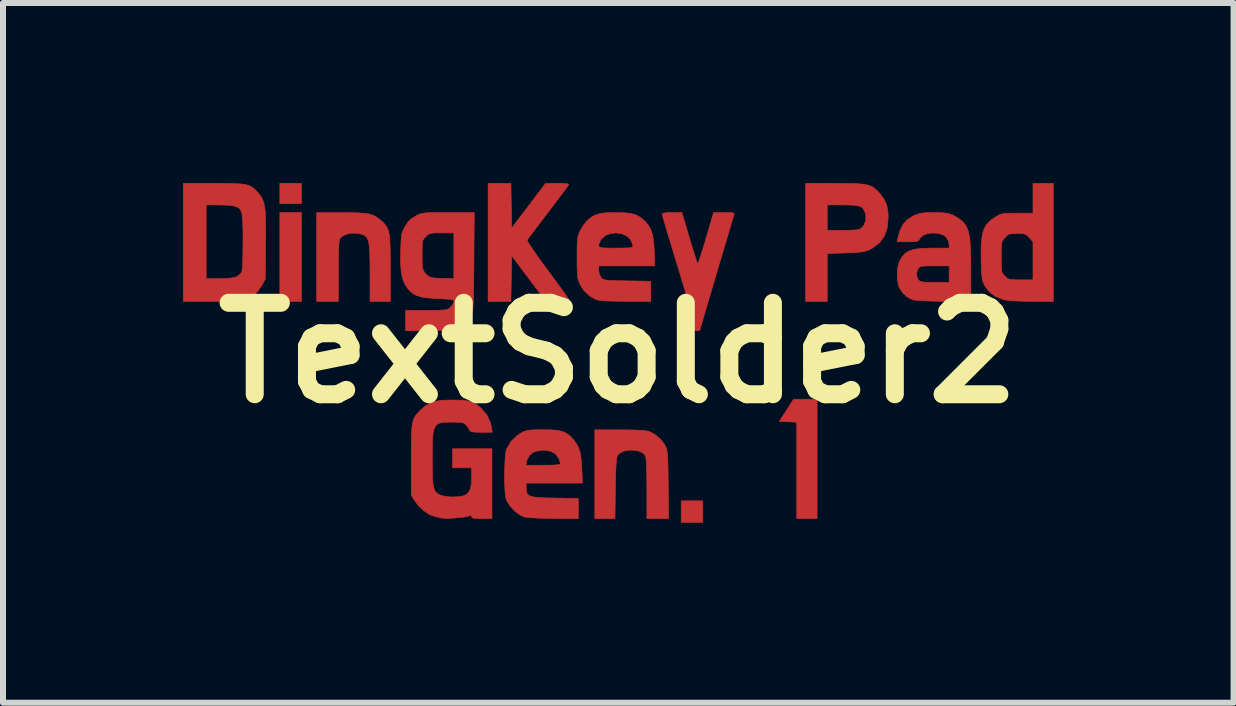
<source format=kicad_pcb>
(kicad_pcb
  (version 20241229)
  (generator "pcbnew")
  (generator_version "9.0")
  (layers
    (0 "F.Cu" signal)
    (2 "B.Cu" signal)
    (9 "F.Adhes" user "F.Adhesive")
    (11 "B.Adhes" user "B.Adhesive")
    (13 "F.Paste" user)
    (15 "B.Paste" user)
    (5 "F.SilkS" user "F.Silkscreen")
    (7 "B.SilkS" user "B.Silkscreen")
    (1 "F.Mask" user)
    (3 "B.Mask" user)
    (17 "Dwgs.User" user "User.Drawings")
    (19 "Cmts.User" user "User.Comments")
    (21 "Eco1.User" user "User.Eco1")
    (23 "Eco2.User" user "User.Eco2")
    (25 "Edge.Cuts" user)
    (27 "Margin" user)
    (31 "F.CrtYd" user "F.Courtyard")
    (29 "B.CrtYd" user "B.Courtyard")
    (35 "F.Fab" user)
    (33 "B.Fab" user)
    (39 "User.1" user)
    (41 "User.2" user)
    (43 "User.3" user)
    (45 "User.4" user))
  (footprint "TextSolder2"
    (layer "F.Cu")
    (at 7.255 2.831)
    (property "Reference" "TextSolder2" (at 0 0 0) (layer "F.SilkS") (effects (font (size 1.524 1.524) (thickness 0.3))))
    (attr through_hole exclude_from_pos_files exclude_from_bom)
    (fp_poly (pts (xy -5.281 -2.487) (xy -5.641 -2.487) (xy -5.641 -2.826) (xy -5.281 -2.826) (xy -5.281 -2.487)) (stroke (width 0.01) (type solid)) (fill yes) (layer "F.Cu"))
    (fp_poly (pts (xy -5.281 -0.857) (xy -5.641 -0.857) (xy -5.641 -2.339) (xy -5.281 -2.339) (xy -5.281 -0.857)) (stroke (width 0.01) (type solid)) (fill yes) (layer "F.Cu"))
    (fp_poly (pts (xy 1.408 2.826) (xy 1.048 2.826) (xy 1.048 2.466) (xy 1.408 2.466) (xy 1.408 2.826)) (stroke (width 0.01) (type solid)) (fill yes) (layer "F.Cu"))
    (fp_poly (pts (xy 3.313 2.762) (xy 2.974 2.762) (xy 2.974 1.155) (xy 2.828 1.149) (xy 2.682 1.143) (xy 2.802 0.958) (xy 2.921 0.773) (xy 3.117 0.773) (xy 3.313 0.773) (xy 3.313 2.762)) (stroke (width 0.01) (type solid)) (fill yes) (layer "F.Cu"))
    (fp_poly (pts (xy 0.161 1.284) (xy 0.29 1.287) (xy 0.396 1.293) (xy 0.471 1.3) (xy 0.502 1.306) (xy 0.604 1.355) (xy 0.7 1.435) (xy 0.774 1.533) (xy 0.778 1.542) (xy 0.793 1.57) (xy 0.804 1.6) (xy 0.812 1.636) (xy 0.818 1.685) (xy 0.823 1.752) (xy 0.826 1.841) (xy 0.829 1.96) (xy 0.831 2.113) (xy 0.832 2.196) (xy 0.839 2.762) (xy 0.476 2.762) (xy 0.476 2.266) (xy 0.475 2.076) (xy 0.472 1.924) (xy 0.466 1.812) (xy 0.459 1.741) (xy 0.452 1.717) (xy 0.408 1.667) (xy 0.337 1.635) (xy 0.25 1.621) (xy 0.159 1.623) (xy 0.075 1.643) (xy 0.009 1.681) (xy -0.016 1.711) (xy -0.026 1.747) (xy -0.034 1.817) (xy -0.041 1.924) (xy -0.046 2.07) (xy -0.049 2.255) (xy -0.049 2.26) (xy -0.056 2.762) (xy -0.392 2.762) (xy -0.392 1.283) (xy 0.016 1.283) (xy 0.161 1.284)) (stroke (width 0.01) (type solid)) (fill yes) (layer "F.Cu"))
    (fp_poly (pts (xy -4.455 -2.336) (xy -4.326 -2.333) (xy -4.226 -2.325) (xy -4.149 -2.313) (xy -4.087 -2.294) (xy -4.036 -2.268) (xy -3.987 -2.232) (xy -3.966 -2.215) (xy -3.919 -2.174) (xy -3.883 -2.134) (xy -3.854 -2.09) (xy -3.833 -2.038) (xy -3.818 -1.971) (xy -3.809 -1.885) (xy -3.803 -1.773) (xy -3.801 -1.631) (xy -3.8 -1.453) (xy -3.8 -1.413) (xy -3.799 -0.857) (xy -4.138 -0.857) (xy -4.138 -1.318) (xy -4.139 -1.496) (xy -4.142 -1.637) (xy -4.148 -1.745) (xy -4.157 -1.825) (xy -4.172 -1.883) (xy -4.192 -1.923) (xy -4.218 -1.95) (xy -4.252 -1.969) (xy -4.255 -1.97) (xy -4.348 -1.994) (xy -4.446 -1.995) (xy -4.536 -1.976) (xy -4.608 -1.939) (xy -4.644 -1.898) (xy -4.652 -1.86) (xy -4.659 -1.783) (xy -4.664 -1.669) (xy -4.666 -1.52) (xy -4.667 -1.356) (xy -4.667 -0.857) (xy -5.027 -0.857) (xy -5.027 -2.337) (xy -4.62 -2.337) (xy -4.455 -2.336)) (stroke (width 0.01) (type solid)) (fill yes) (layer "F.Cu"))
    (fp_poly (pts (xy -1.784 -2.452) (xy -1.778 -2.079) (xy -1.495 -2.452) (xy -1.211 -2.826) (xy -1.012 -2.826) (xy -0.916 -2.824) (xy -0.857 -2.82) (xy -0.83 -2.812) (xy -0.828 -2.799) (xy -0.845 -2.776) (xy -0.883 -2.724) (xy -0.941 -2.647) (xy -1.013 -2.552) (xy -1.096 -2.442) (xy -1.174 -2.339) (xy -1.264 -2.22) (xy -1.346 -2.112) (xy -1.416 -2.02) (xy -1.471 -1.947) (xy -1.507 -1.899) (xy -1.52 -1.881) (xy -1.511 -1.858) (xy -1.48 -1.805) (xy -1.429 -1.728) (xy -1.36 -1.628) (xy -1.276 -1.512) (xy -1.183 -1.385) (xy -1.091 -1.261) (xy -1.007 -1.147) (xy -0.935 -1.048) (xy -0.878 -0.968) (xy -0.839 -0.913) (xy -0.822 -0.886) (xy -0.821 -0.886) (xy -0.824 -0.872) (xy -0.851 -0.864) (xy -0.906 -0.859) (xy -0.998 -0.858) (xy -1.008 -0.858) (xy -1.206 -0.859) (xy -1.492 -1.24) (xy -1.778 -1.62) (xy -1.784 -1.239) (xy -1.79 -0.857) (xy -2.17 -0.857) (xy -2.17 -2.826) (xy -1.79 -2.826) (xy -1.784 -2.452)) (stroke (width 0.01) (type solid)) (fill yes) (layer "F.Cu"))
    (fp_poly (pts (xy 1.183 -1.921) (xy 1.221 -1.794) (xy 1.256 -1.682) (xy 1.285 -1.589) (xy 1.307 -1.523) (xy 1.319 -1.49) (xy 1.321 -1.487) (xy 1.331 -1.502) (xy 1.35 -1.552) (xy 1.377 -1.631) (xy 1.41 -1.734) (xy 1.447 -1.855) (xy 1.461 -1.905) (xy 1.588 -2.339) (xy 1.764 -2.339) (xy 1.854 -2.337) (xy 1.908 -2.332) (xy 1.93 -2.321) (xy 1.931 -2.312) (xy 1.923 -2.287) (xy 1.905 -2.226) (xy 1.877 -2.132) (xy 1.84 -2.01) (xy 1.797 -1.863) (xy 1.747 -1.697) (xy 1.693 -1.514) (xy 1.638 -1.329) (xy 1.355 -0.371) (xy 1.191 -0.371) (xy 1.095 -0.373) (xy 1.041 -0.382) (xy 1.027 -0.395) (xy 1.032 -0.424) (xy 1.047 -0.485) (xy 1.068 -0.568) (xy 1.092 -0.654) (xy 1.157 -0.889) (xy 0.944 -1.592) (xy 0.894 -1.757) (xy 0.848 -1.91) (xy 0.807 -2.045) (xy 0.774 -2.158) (xy 0.749 -2.245) (xy 0.734 -2.299) (xy 0.73 -2.317) (xy 0.75 -2.328) (xy 0.807 -2.336) (xy 0.894 -2.339) (xy 1.06 -2.339) (xy 1.183 -1.921)) (stroke (width 0.01) (type solid)) (fill yes) (layer "F.Cu"))
    (fp_poly (pts (xy 3.614 -2.825) (xy 3.79 -2.825) (xy 3.929 -2.822) (xy 4.038 -2.816) (xy 4.122 -2.805) (xy 4.188 -2.788) (xy 4.241 -2.763) (xy 4.286 -2.729) (xy 4.331 -2.685) (xy 4.363 -2.65) (xy 4.432 -2.556) (xy 4.475 -2.456) (xy 4.495 -2.338) (xy 4.498 -2.249) (xy 4.482 -2.084) (xy 4.433 -1.945) (xy 4.351 -1.833) (xy 4.237 -1.748) (xy 4.209 -1.733) (xy 4.159 -1.71) (xy 4.111 -1.694) (xy 4.056 -1.683) (xy 3.985 -1.675) (xy 3.888 -1.67) (xy 3.788 -1.666) (xy 3.482 -1.656) (xy 3.482 -0.857) (xy 3.122 -0.857) (xy 3.122 -2.466) (xy 3.482 -2.466) (xy 3.482 -2.043) (xy 3.742 -2.043) (xy 3.863 -2.044) (xy 3.949 -2.049) (xy 4.007 -2.058) (xy 4.042 -2.071) (xy 4.047 -2.074) (xy 4.098 -2.134) (xy 4.125 -2.215) (xy 4.124 -2.303) (xy 4.117 -2.328) (xy 4.095 -2.381) (xy 4.067 -2.419) (xy 4.023 -2.443) (xy 3.959 -2.458) (xy 3.866 -2.464) (xy 3.742 -2.466) (xy 3.482 -2.466) (xy 3.122 -2.466) (xy 3.122 -2.826) (xy 3.614 -2.825)) (stroke (width 0.01) (type solid)) (fill yes) (layer "F.Cu"))
    (fp_poly (pts (xy -6.565 -2.825) (xy -6.425 -2.823) (xy -6.317 -2.818) (xy -6.233 -2.808) (xy -6.169 -2.793) (xy -6.119 -2.772) (xy -6.077 -2.742) (xy -6.036 -2.703) (xy -6.006 -2.67) (xy -5.969 -2.624) (xy -5.939 -2.578) (xy -5.916 -2.525) (xy -5.899 -2.462) (xy -5.887 -2.382) (xy -5.88 -2.281) (xy -5.877 -2.153) (xy -5.876 -1.992) (xy -5.878 -1.806) (xy -5.884 -1.228) (xy -5.945 -1.117) (xy -6.028 -1.006) (xy -6.133 -0.923) (xy -6.248 -0.877) (xy -6.293 -0.871) (xy -6.373 -0.866) (xy -6.48 -0.862) (xy -6.606 -0.859) (xy -6.745 -0.858) (xy -6.789 -0.858) (xy -7.25 -0.857) (xy -7.25 -2.466) (xy -6.869 -2.466) (xy -6.869 -1.238) (xy -6.645 -1.238) (xy -6.52 -1.241) (xy -6.43 -1.25) (xy -6.371 -1.265) (xy -6.36 -1.27) (xy -6.31 -1.305) (xy -6.277 -1.343) (xy -6.269 -1.378) (xy -6.263 -1.45) (xy -6.259 -1.555) (xy -6.256 -1.688) (xy -6.255 -1.844) (xy -6.255 -1.851) (xy -6.255 -2.018) (xy -6.258 -2.148) (xy -6.263 -2.245) (xy -6.272 -2.316) (xy -6.287 -2.366) (xy -6.308 -2.399) (xy -6.336 -2.422) (xy -6.373 -2.439) (xy -6.386 -2.443) (xy -6.436 -2.453) (xy -6.515 -2.461) (xy -6.609 -2.465) (xy -6.66 -2.466) (xy -6.869 -2.466) (xy -7.25 -2.466) (xy -7.25 -2.826) (xy -6.741 -2.826) (xy -6.565 -2.825)) (stroke (width 0.01) (type solid)) (fill yes) (layer "F.Cu"))
    (fp_poly (pts (xy 7.25 -0.857) (xy 6.884 -0.859) (xy 6.731 -0.861) (xy 6.599 -0.867) (xy 6.495 -0.875) (xy 6.426 -0.885) (xy 6.42 -0.887) (xy 6.282 -0.942) (xy 6.175 -1.024) (xy 6.104 -1.126) (xy 6.084 -1.169) (xy 6.07 -1.213) (xy 6.061 -1.265) (xy 6.054 -1.334) (xy 6.05 -1.429) (xy 6.047 -1.558) (xy 6.047 -1.559) (xy 6.047 -1.596) (xy 6.382 -1.596) (xy 6.382 -1.488) (xy 6.384 -1.414) (xy 6.39 -1.365) (xy 6.4 -1.332) (xy 6.418 -1.306) (xy 6.444 -1.279) (xy 6.474 -1.25) (xy 6.504 -1.232) (xy 6.543 -1.222) (xy 6.603 -1.218) (xy 6.692 -1.217) (xy 6.708 -1.217) (xy 6.911 -1.217) (xy 6.911 -1.851) (xy 6.849 -1.921) (xy 6.813 -1.958) (xy 6.778 -1.979) (xy 6.732 -1.988) (xy 6.659 -1.99) (xy 6.646 -1.99) (xy 6.569 -1.988) (xy 6.52 -1.98) (xy 6.484 -1.961) (xy 6.449 -1.927) (xy 6.444 -1.921) (xy 6.418 -1.89) (xy 6.4 -1.861) (xy 6.389 -1.826) (xy 6.384 -1.774) (xy 6.382 -1.698) (xy 6.382 -1.596) (xy 6.047 -1.596) (xy 6.046 -1.736) (xy 6.054 -1.877) (xy 6.071 -1.989) (xy 6.101 -2.077) (xy 6.145 -2.149) (xy 6.206 -2.209) (xy 6.285 -2.264) (xy 6.331 -2.291) (xy 6.37 -2.309) (xy 6.413 -2.32) (xy 6.471 -2.326) (xy 6.552 -2.328) (xy 6.65 -2.328) (xy 6.911 -2.328) (xy 6.911 -2.826) (xy 7.25 -2.826) (xy 7.25 -0.857)) (stroke (width 0.01) (type solid)) (fill yes) (layer "F.Cu"))
    (fp_poly (pts (xy -1.111 1.283) (xy -1.005 1.293) (xy -0.923 1.313) (xy -0.857 1.345) (xy -0.798 1.393) (xy -0.755 1.439) (xy -0.701 1.507) (xy -0.663 1.578) (xy -0.637 1.66) (xy -0.62 1.764) (xy -0.61 1.9) (xy -0.609 1.921) (xy -0.597 2.17) (xy -1.535 2.17) (xy -1.535 2.251) (xy -1.532 2.303) (xy -1.521 2.342) (xy -1.497 2.371) (xy -1.455 2.391) (xy -1.389 2.405) (xy -1.294 2.413) (xy -1.165 2.418) (xy -1.056 2.42) (xy -0.667 2.427) (xy -0.667 2.762) (xy -1.074 2.76) (xy -1.207 2.758) (xy -1.332 2.754) (xy -1.438 2.749) (xy -1.519 2.743) (xy -1.565 2.736) (xy -1.643 2.699) (xy -1.726 2.636) (xy -1.8 2.557) (xy -1.854 2.475) (xy -1.871 2.432) (xy -1.882 2.369) (xy -1.89 2.277) (xy -1.894 2.164) (xy -1.895 2.041) (xy -1.893 1.917) (xy -1.891 1.873) (xy -1.54 1.873) (xy -1.251 1.873) (xy -1.125 1.872) (xy -1.032 1.867) (xy -0.978 1.86) (xy -0.963 1.851) (xy -0.971 1.819) (xy -0.989 1.767) (xy -0.994 1.755) (xy -1.046 1.684) (xy -1.128 1.639) (xy -1.239 1.622) (xy -1.297 1.624) (xy -1.403 1.648) (xy -1.477 1.7) (xy -1.52 1.781) (xy -1.526 1.804) (xy -1.54 1.873) (xy -1.891 1.873) (xy -1.889 1.801) (xy -1.881 1.703) (xy -1.871 1.633) (xy -1.864 1.608) (xy -1.787 1.476) (xy -1.68 1.374) (xy -1.622 1.337) (xy -1.576 1.313) (xy -1.533 1.297) (xy -1.484 1.288) (xy -1.419 1.283) (xy -1.328 1.281) (xy -1.25 1.281) (xy -1.111 1.283)) (stroke (width 0.01) (type solid)) (fill yes) (layer "F.Cu"))
    (fp_poly (pts (xy 0.103 -2.335) (xy 0.211 -2.323) (xy 0.296 -2.299) (xy 0.366 -2.261) (xy 0.43 -2.207) (xy 0.449 -2.188) (xy 0.505 -2.121) (xy 0.545 -2.048) (xy 0.572 -1.962) (xy 0.589 -1.853) (xy 0.598 -1.712) (xy 0.599 -1.699) (xy 0.608 -1.45) (xy -0.328 -1.45) (xy -0.328 -1.378) (xy -0.316 -1.312) (xy -0.288 -1.256) (xy -0.272 -1.239) (xy -0.253 -1.226) (xy -0.226 -1.217) (xy -0.182 -1.21) (xy -0.117 -1.206) (xy -0.024 -1.203) (xy 0.103 -1.201) (xy 0.146 -1.2) (xy 0.54 -1.193) (xy 0.54 -0.857) (xy 0.122 -0.859) (xy -0.046 -0.861) (xy -0.183 -0.865) (xy -0.286 -0.872) (xy -0.351 -0.882) (xy -0.365 -0.886) (xy -0.479 -0.948) (xy -0.575 -1.041) (xy -0.637 -1.14) (xy -0.656 -1.185) (xy -0.67 -1.227) (xy -0.679 -1.276) (xy -0.684 -1.341) (xy -0.687 -1.428) (xy -0.687 -1.548) (xy -0.688 -1.587) (xy -0.687 -1.717) (xy -0.686 -1.791) (xy -0.329 -1.791) (xy -0.32 -1.768) (xy -0.286 -1.755) (xy -0.223 -1.748) (xy -0.125 -1.746) (xy -0.042 -1.746) (xy 0.073 -1.747) (xy 0.153 -1.749) (xy 0.203 -1.753) (xy 0.23 -1.761) (xy 0.242 -1.772) (xy 0.243 -1.783) (xy 0.233 -1.825) (xy 0.207 -1.88) (xy 0.202 -1.888) (xy 0.143 -1.949) (xy 0.06 -1.985) (xy -0.035 -1.999) (xy -0.13 -1.989) (xy -0.216 -1.956) (xy -0.28 -1.9) (xy -0.295 -1.876) (xy -0.319 -1.826) (xy -0.329 -1.791) (xy -0.686 -1.791) (xy -0.685 -1.813) (xy -0.681 -1.882) (xy -0.673 -1.934) (xy -0.661 -1.977) (xy -0.643 -2.02) (xy -0.637 -2.032) (xy -0.594 -2.108) (xy -0.54 -2.179) (xy -0.516 -2.206) (xy -0.452 -2.259) (xy -0.387 -2.297) (xy -0.31 -2.321) (xy -0.213 -2.334) (xy -0.086 -2.338) (xy -0.038 -2.338) (xy 0.103 -2.335)) (stroke (width 0.01) (type solid)) (fill yes) (layer "F.Cu"))
    (fp_poly (pts (xy 5.368 -2.337) (xy 5.447 -2.331) (xy 5.507 -2.32) (xy 5.563 -2.301) (xy 5.589 -2.289) (xy 5.662 -2.247) (xy 5.728 -2.197) (xy 5.752 -2.172) (xy 5.788 -2.125) (xy 5.815 -2.074) (xy 5.837 -2.014) (xy 5.852 -1.939) (xy 5.863 -1.844) (xy 5.869 -1.722) (xy 5.873 -1.57) (xy 5.874 -1.381) (xy 5.874 -1.372) (xy 5.874 -0.857) (xy 5.435 -0.859) (xy 5.297 -0.861) (xy 5.169 -0.865) (xy 5.058 -0.869) (xy 4.972 -0.875) (xy 4.92 -0.882) (xy 4.914 -0.883) (xy 4.825 -0.925) (xy 4.745 -0.996) (xy 4.686 -1.082) (xy 4.668 -1.127) (xy 4.65 -1.239) (xy 4.649 -1.326) (xy 4.969 -1.326) (xy 4.974 -1.286) (xy 4.987 -1.24) (xy 5.007 -1.209) (xy 5.04 -1.19) (xy 5.093 -1.179) (xy 5.175 -1.175) (xy 5.273 -1.175) (xy 5.514 -1.175) (xy 5.514 -1.45) (xy 5.271 -1.45) (xy 5.166 -1.45) (xy 5.096 -1.447) (xy 5.051 -1.441) (xy 5.023 -1.431) (xy 5.005 -1.413) (xy 4.993 -1.397) (xy 4.969 -1.326) (xy 4.649 -1.326) (xy 4.649 -1.359) (xy 4.667 -1.47) (xy 4.686 -1.524) (xy 4.729 -1.602) (xy 4.781 -1.659) (xy 4.849 -1.7) (xy 4.939 -1.727) (xy 5.056 -1.741) (xy 5.209 -1.746) (xy 5.238 -1.746) (xy 5.514 -1.746) (xy 5.514 -1.809) (xy 5.5 -1.869) (xy 5.465 -1.927) (xy 5.465 -1.928) (xy 5.406 -1.97) (xy 5.325 -1.993) (xy 5.235 -1.998) (xy 5.147 -1.986) (xy 5.074 -1.956) (xy 5.026 -1.91) (xy 5.022 -1.903) (xy 5.008 -1.878) (xy 4.987 -1.863) (xy 4.949 -1.855) (xy 4.885 -1.852) (xy 4.822 -1.852) (xy 4.645 -1.852) (xy 4.658 -1.91) (xy 4.696 -2.044) (xy 4.748 -2.144) (xy 4.818 -2.22) (xy 4.913 -2.28) (xy 4.931 -2.289) (xy 4.988 -2.312) (xy 5.045 -2.327) (xy 5.114 -2.335) (xy 5.207 -2.338) (xy 5.26 -2.339) (xy 5.368 -2.337)) (stroke (width 0.01) (type solid)) (fill yes) (layer "F.Cu"))
    (fp_poly (pts (xy -2.638 0.788) (xy -2.536 0.797) (xy -2.456 0.815) (xy -2.389 0.846) (xy -2.324 0.891) (xy -2.289 0.921) (xy -2.192 1.033) (xy -2.131 1.166) (xy -2.115 1.236) (xy -2.101 1.323) (xy -2.284 1.323) (xy -2.375 1.322) (xy -2.432 1.317) (xy -2.463 1.307) (xy -2.478 1.291) (xy -2.48 1.286) (xy -2.504 1.243) (xy -2.536 1.201) (xy -2.561 1.178) (xy -2.593 1.164) (xy -2.64 1.157) (xy -2.715 1.154) (xy -2.767 1.154) (xy -2.864 1.155) (xy -2.939 1.161) (xy -2.997 1.178) (xy -3.039 1.209) (xy -3.068 1.259) (xy -3.086 1.332) (xy -3.096 1.434) (xy -3.1 1.568) (xy -3.101 1.739) (xy -3.101 1.767) (xy -3.1 1.935) (xy -3.097 2.066) (xy -3.091 2.165) (xy -3.079 2.238) (xy -3.062 2.29) (xy -3.038 2.326) (xy -3.005 2.352) (xy -2.963 2.372) (xy -2.963 2.372) (xy -2.89 2.391) (xy -2.796 2.401) (xy -2.697 2.4) (xy -2.61 2.39) (xy -2.554 2.372) (xy -2.502 2.333) (xy -2.468 2.274) (xy -2.45 2.189) (xy -2.445 2.073) (xy -2.445 1.916) (xy -2.762 1.916) (xy -2.762 1.598) (xy -2.106 1.598) (xy -2.106 2.762) (xy -2.275 2.762) (xy -2.363 2.761) (xy -2.415 2.755) (xy -2.44 2.744) (xy -2.445 2.731) (xy -2.452 2.711) (xy -2.482 2.714) (xy -2.503 2.722) (xy -2.547 2.732) (xy -2.619 2.742) (xy -2.705 2.75) (xy -2.792 2.756) (xy -2.87 2.758) (xy -2.925 2.756) (xy -2.942 2.753) (xy -2.976 2.744) (xy -3.031 2.733) (xy -3.04 2.732) (xy -3.138 2.698) (xy -3.239 2.633) (xy -3.331 2.547) (xy -3.38 2.481) (xy -3.45 2.372) (xy -3.45 1.779) (xy -3.45 1.592) (xy -3.449 1.443) (xy -3.445 1.325) (xy -3.439 1.233) (xy -3.428 1.163) (xy -3.412 1.108) (xy -3.39 1.063) (xy -3.362 1.023) (xy -3.325 0.983) (xy -3.298 0.956) (xy -3.222 0.888) (xy -3.144 0.84) (xy -3.055 0.809) (xy -2.947 0.792) (xy -2.808 0.786) (xy -2.773 0.786) (xy -2.638 0.788)) (stroke (width 0.01) (type solid)) (fill yes) (layer "F.Cu"))
    (fp_poly (pts (xy -2.407 -1.519) (xy -2.408 -1.311) (xy -2.41 -1.14) (xy -2.412 -1.004) (xy -2.414 -0.896) (xy -2.418 -0.814) (xy -2.422 -0.752) (xy -2.427 -0.706) (xy -2.434 -0.672) (xy -2.443 -0.646) (xy -2.454 -0.623) (xy -2.46 -0.611) (xy -2.536 -0.504) (xy -2.634 -0.427) (xy -2.715 -0.393) (xy -2.762 -0.385) (xy -2.843 -0.379) (xy -2.948 -0.374) (xy -3.069 -0.371) (xy -3.17 -0.371) (xy -3.545 -0.37) (xy -3.545 -0.709) (xy -3.199 -0.709) (xy -3.071 -0.709) (xy -2.977 -0.711) (xy -2.912 -0.714) (xy -2.868 -0.72) (xy -2.838 -0.73) (xy -2.816 -0.745) (xy -2.797 -0.761) (xy -2.759 -0.807) (xy -2.741 -0.849) (xy -2.741 -0.853) (xy -2.744 -0.87) (xy -2.758 -0.882) (xy -2.79 -0.89) (xy -2.847 -0.896) (xy -2.934 -0.901) (xy -3.012 -0.904) (xy -3.161 -0.914) (xy -3.276 -0.93) (xy -3.364 -0.957) (xy -3.433 -0.996) (xy -3.491 -1.051) (xy -3.523 -1.092) (xy -3.566 -1.163) (xy -3.597 -1.244) (xy -3.617 -1.342) (xy -3.627 -1.465) (xy -3.629 -1.619) (xy -3.628 -1.633) (xy -3.27 -1.633) (xy -3.27 -1.527) (xy -3.267 -1.454) (xy -3.26 -1.405) (xy -3.248 -1.37) (xy -3.229 -1.341) (xy -3.217 -1.326) (xy -3.184 -1.291) (xy -3.149 -1.267) (xy -3.102 -1.253) (xy -3.035 -1.245) (xy -2.938 -1.242) (xy -2.905 -1.241) (xy -2.741 -1.238) (xy -2.741 -2) (xy -2.944 -2) (xy -3.039 -2) (xy -3.101 -1.996) (xy -3.143 -1.987) (xy -3.173 -1.97) (xy -3.203 -1.943) (xy -3.208 -1.938) (xy -3.235 -1.91) (xy -3.253 -1.884) (xy -3.263 -1.849) (xy -3.268 -1.798) (xy -3.27 -1.72) (xy -3.27 -1.633) (xy -3.628 -1.633) (xy -3.627 -1.695) (xy -3.623 -1.813) (xy -3.619 -1.899) (xy -3.612 -1.961) (xy -3.6 -2.008) (xy -3.583 -2.051) (xy -3.558 -2.097) (xy -3.553 -2.106) (xy -3.501 -2.186) (xy -3.443 -2.241) (xy -3.377 -2.281) (xy -3.338 -2.3) (xy -3.304 -2.315) (xy -3.266 -2.325) (xy -3.219 -2.332) (xy -3.156 -2.336) (xy -3.069 -2.338) (xy -2.952 -2.339) (xy -2.833 -2.339) (xy -2.401 -2.339) (xy -2.407 -1.519)) (stroke (width 0.01) (type solid)) (fill yes) (layer "F.Cu"))
    (fp_poly (pts (xy -5.281 -2.487) (xy -5.641 -2.487) (xy -5.641 -2.826) (xy -5.281 -2.826) (xy -5.281 -2.487)) (stroke (width 0.01) (type solid)) (fill yes) (layer "F.Mask"))
    (fp_poly (pts (xy -5.281 -0.857) (xy -5.641 -0.857) (xy -5.641 -2.339) (xy -5.281 -2.339) (xy -5.281 -0.857)) (stroke (width 0.01) (type solid)) (fill yes) (layer "F.Mask"))
    (fp_poly (pts (xy 1.408 2.826) (xy 1.048 2.826) (xy 1.048 2.466) (xy 1.408 2.466) (xy 1.408 2.826)) (stroke (width 0.01) (type solid)) (fill yes) (layer "F.Mask"))
    (fp_poly (pts (xy 3.313 2.762) (xy 2.974 2.762) (xy 2.974 1.155) (xy 2.828 1.149) (xy 2.682 1.143) (xy 2.802 0.958) (xy 2.921 0.773) (xy 3.117 0.773) (xy 3.313 0.773) (xy 3.313 2.762)) (stroke (width 0.01) (type solid)) (fill yes) (layer "F.Mask"))
    (fp_poly (pts (xy 0.161 1.284) (xy 0.29 1.287) (xy 0.396 1.293) (xy 0.471 1.3) (xy 0.502 1.306) (xy 0.604 1.355) (xy 0.7 1.435) (xy 0.774 1.533) (xy 0.778 1.542) (xy 0.793 1.57) (xy 0.804 1.6) (xy 0.812 1.636) (xy 0.818 1.685) (xy 0.823 1.752) (xy 0.826 1.841) (xy 0.829 1.96) (xy 0.831 2.113) (xy 0.832 2.196) (xy 0.839 2.762) (xy 0.476 2.762) (xy 0.476 2.266) (xy 0.475 2.076) (xy 0.472 1.924) (xy 0.466 1.812) (xy 0.459 1.741) (xy 0.452 1.717) (xy 0.408 1.667) (xy 0.337 1.635) (xy 0.25 1.621) (xy 0.159 1.623) (xy 0.075 1.643) (xy 0.009 1.681) (xy -0.016 1.711) (xy -0.026 1.747) (xy -0.034 1.817) (xy -0.041 1.924) (xy -0.046 2.07) (xy -0.049 2.255) (xy -0.049 2.26) (xy -0.056 2.762) (xy -0.392 2.762) (xy -0.392 1.283) (xy 0.016 1.283) (xy 0.161 1.284)) (stroke (width 0.01) (type solid)) (fill yes) (layer "F.Mask"))
    (fp_poly (pts (xy -4.455 -2.336) (xy -4.326 -2.333) (xy -4.226 -2.325) (xy -4.149 -2.313) (xy -4.087 -2.294) (xy -4.036 -2.268) (xy -3.987 -2.232) (xy -3.966 -2.215) (xy -3.919 -2.174) (xy -3.883 -2.134) (xy -3.854 -2.09) (xy -3.833 -2.038) (xy -3.818 -1.971) (xy -3.809 -1.885) (xy -3.803 -1.773) (xy -3.801 -1.631) (xy -3.8 -1.453) (xy -3.8 -1.413) (xy -3.799 -0.857) (xy -4.138 -0.857) (xy -4.138 -1.318) (xy -4.139 -1.496) (xy -4.142 -1.637) (xy -4.148 -1.745) (xy -4.157 -1.825) (xy -4.172 -1.883) (xy -4.192 -1.923) (xy -4.218 -1.95) (xy -4.252 -1.969) (xy -4.255 -1.97) (xy -4.348 -1.994) (xy -4.446 -1.995) (xy -4.536 -1.976) (xy -4.608 -1.939) (xy -4.644 -1.898) (xy -4.652 -1.86) (xy -4.659 -1.783) (xy -4.664 -1.669) (xy -4.666 -1.52) (xy -4.667 -1.356) (xy -4.667 -0.857) (xy -5.027 -0.857) (xy -5.027 -2.337) (xy -4.62 -2.337) (xy -4.455 -2.336)) (stroke (width 0.01) (type solid)) (fill yes) (layer "F.Mask"))
    (fp_poly (pts (xy -1.784 -2.452) (xy -1.778 -2.079) (xy -1.495 -2.452) (xy -1.211 -2.826) (xy -1.012 -2.826) (xy -0.916 -2.824) (xy -0.857 -2.82) (xy -0.83 -2.812) (xy -0.828 -2.799) (xy -0.845 -2.776) (xy -0.883 -2.724) (xy -0.941 -2.647) (xy -1.013 -2.552) (xy -1.096 -2.442) (xy -1.174 -2.339) (xy -1.264 -2.22) (xy -1.346 -2.112) (xy -1.416 -2.02) (xy -1.471 -1.947) (xy -1.507 -1.899) (xy -1.52 -1.881) (xy -1.511 -1.858) (xy -1.48 -1.805) (xy -1.429 -1.728) (xy -1.36 -1.628) (xy -1.276 -1.512) (xy -1.183 -1.385) (xy -1.091 -1.261) (xy -1.007 -1.147) (xy -0.935 -1.048) (xy -0.878 -0.968) (xy -0.839 -0.913) (xy -0.822 -0.886) (xy -0.821 -0.886) (xy -0.824 -0.872) (xy -0.851 -0.864) (xy -0.906 -0.859) (xy -0.998 -0.858) (xy -1.008 -0.858) (xy -1.206 -0.859) (xy -1.492 -1.24) (xy -1.778 -1.62) (xy -1.784 -1.239) (xy -1.79 -0.857) (xy -2.17 -0.857) (xy -2.17 -2.826) (xy -1.79 -2.826) (xy -1.784 -2.452)) (stroke (width 0.01) (type solid)) (fill yes) (layer "F.Mask"))
    (fp_poly (pts (xy 1.183 -1.921) (xy 1.221 -1.794) (xy 1.256 -1.682) (xy 1.285 -1.589) (xy 1.307 -1.523) (xy 1.319 -1.49) (xy 1.321 -1.487) (xy 1.331 -1.502) (xy 1.35 -1.552) (xy 1.377 -1.631) (xy 1.41 -1.734) (xy 1.447 -1.855) (xy 1.461 -1.905) (xy 1.588 -2.339) (xy 1.764 -2.339) (xy 1.854 -2.337) (xy 1.908 -2.332) (xy 1.93 -2.321) (xy 1.931 -2.312) (xy 1.923 -2.287) (xy 1.905 -2.226) (xy 1.877 -2.132) (xy 1.84 -2.01) (xy 1.797 -1.863) (xy 1.747 -1.697) (xy 1.693 -1.514) (xy 1.638 -1.329) (xy 1.355 -0.371) (xy 1.191 -0.371) (xy 1.095 -0.373) (xy 1.041 -0.382) (xy 1.027 -0.395) (xy 1.032 -0.424) (xy 1.047 -0.485) (xy 1.068 -0.568) (xy 1.092 -0.654) (xy 1.157 -0.889) (xy 0.944 -1.592) (xy 0.894 -1.757) (xy 0.848 -1.91) (xy 0.807 -2.045) (xy 0.774 -2.158) (xy 0.749 -2.245) (xy 0.734 -2.299) (xy 0.73 -2.317) (xy 0.75 -2.328) (xy 0.807 -2.336) (xy 0.894 -2.339) (xy 1.06 -2.339) (xy 1.183 -1.921)) (stroke (width 0.01) (type solid)) (fill yes) (layer "F.Mask"))
    (fp_poly (pts (xy 3.614 -2.825) (xy 3.79 -2.825) (xy 3.929 -2.822) (xy 4.038 -2.816) (xy 4.122 -2.805) (xy 4.188 -2.788) (xy 4.241 -2.763) (xy 4.286 -2.729) (xy 4.331 -2.685) (xy 4.363 -2.65) (xy 4.432 -2.556) (xy 4.475 -2.456) (xy 4.495 -2.338) (xy 4.498 -2.249) (xy 4.482 -2.084) (xy 4.433 -1.945) (xy 4.351 -1.833) (xy 4.237 -1.748) (xy 4.209 -1.733) (xy 4.159 -1.71) (xy 4.111 -1.694) (xy 4.056 -1.683) (xy 3.985 -1.675) (xy 3.888 -1.67) (xy 3.788 -1.666) (xy 3.482 -1.656) (xy 3.482 -0.857) (xy 3.122 -0.857) (xy 3.122 -2.466) (xy 3.482 -2.466) (xy 3.482 -2.043) (xy 3.742 -2.043) (xy 3.863 -2.044) (xy 3.949 -2.049) (xy 4.007 -2.058) (xy 4.042 -2.071) (xy 4.047 -2.074) (xy 4.098 -2.134) (xy 4.125 -2.215) (xy 4.124 -2.303) (xy 4.117 -2.328) (xy 4.095 -2.381) (xy 4.067 -2.419) (xy 4.023 -2.443) (xy 3.959 -2.458) (xy 3.866 -2.464) (xy 3.742 -2.466) (xy 3.482 -2.466) (xy 3.122 -2.466) (xy 3.122 -2.826) (xy 3.614 -2.825)) (stroke (width 0.01) (type solid)) (fill yes) (layer "F.Mask"))
    (fp_poly (pts (xy -6.565 -2.825) (xy -6.425 -2.823) (xy -6.317 -2.818) (xy -6.233 -2.808) (xy -6.169 -2.793) (xy -6.119 -2.772) (xy -6.077 -2.742) (xy -6.036 -2.703) (xy -6.006 -2.67) (xy -5.969 -2.624) (xy -5.939 -2.578) (xy -5.916 -2.525) (xy -5.899 -2.462) (xy -5.887 -2.382) (xy -5.88 -2.281) (xy -5.877 -2.153) (xy -5.876 -1.992) (xy -5.878 -1.806) (xy -5.884 -1.228) (xy -5.945 -1.117) (xy -6.028 -1.006) (xy -6.133 -0.923) (xy -6.248 -0.877) (xy -6.293 -0.871) (xy -6.373 -0.866) (xy -6.48 -0.862) (xy -6.606 -0.859) (xy -6.745 -0.858) (xy -6.789 -0.858) (xy -7.25 -0.857) (xy -7.25 -2.466) (xy -6.869 -2.466) (xy -6.869 -1.238) (xy -6.645 -1.238) (xy -6.52 -1.241) (xy -6.43 -1.25) (xy -6.371 -1.265) (xy -6.36 -1.27) (xy -6.31 -1.305) (xy -6.277 -1.343) (xy -6.269 -1.378) (xy -6.263 -1.45) (xy -6.259 -1.555) (xy -6.256 -1.688) (xy -6.255 -1.844) (xy -6.255 -1.851) (xy -6.255 -2.018) (xy -6.258 -2.148) (xy -6.263 -2.245) (xy -6.272 -2.316) (xy -6.287 -2.366) (xy -6.308 -2.399) (xy -6.336 -2.422) (xy -6.373 -2.439) (xy -6.386 -2.443) (xy -6.436 -2.453) (xy -6.515 -2.461) (xy -6.609 -2.465) (xy -6.66 -2.466) (xy -6.869 -2.466) (xy -7.25 -2.466) (xy -7.25 -2.826) (xy -6.741 -2.826) (xy -6.565 -2.825)) (stroke (width 0.01) (type solid)) (fill yes) (layer "F.Mask"))
    (fp_poly (pts (xy 7.25 -0.857) (xy 6.884 -0.859) (xy 6.731 -0.861) (xy 6.599 -0.867) (xy 6.495 -0.875) (xy 6.426 -0.885) (xy 6.42 -0.887) (xy 6.282 -0.942) (xy 6.175 -1.024) (xy 6.104 -1.126) (xy 6.084 -1.169) (xy 6.07 -1.213) (xy 6.061 -1.265) (xy 6.054 -1.334) (xy 6.05 -1.429) (xy 6.047 -1.558) (xy 6.047 -1.559) (xy 6.047 -1.596) (xy 6.382 -1.596) (xy 6.382 -1.488) (xy 6.384 -1.414) (xy 6.39 -1.365) (xy 6.4 -1.332) (xy 6.418 -1.306) (xy 6.444 -1.279) (xy 6.474 -1.25) (xy 6.504 -1.232) (xy 6.543 -1.222) (xy 6.603 -1.218) (xy 6.692 -1.217) (xy 6.708 -1.217) (xy 6.911 -1.217) (xy 6.911 -1.851) (xy 6.849 -1.921) (xy 6.813 -1.958) (xy 6.778 -1.979) (xy 6.732 -1.988) (xy 6.659 -1.99) (xy 6.646 -1.99) (xy 6.569 -1.988) (xy 6.52 -1.98) (xy 6.484 -1.961) (xy 6.449 -1.927) (xy 6.444 -1.921) (xy 6.418 -1.89) (xy 6.4 -1.861) (xy 6.389 -1.826) (xy 6.384 -1.774) (xy 6.382 -1.698) (xy 6.382 -1.596) (xy 6.047 -1.596) (xy 6.046 -1.736) (xy 6.054 -1.877) (xy 6.071 -1.989) (xy 6.101 -2.077) (xy 6.145 -2.149) (xy 6.206 -2.209) (xy 6.285 -2.264) (xy 6.331 -2.291) (xy 6.37 -2.309) (xy 6.413 -2.32) (xy 6.471 -2.326) (xy 6.552 -2.328) (xy 6.65 -2.328) (xy 6.911 -2.328) (xy 6.911 -2.826) (xy 7.25 -2.826) (xy 7.25 -0.857)) (stroke (width 0.01) (type solid)) (fill yes) (layer "F.Mask"))
    (fp_poly (pts (xy -1.111 1.283) (xy -1.005 1.293) (xy -0.923 1.313) (xy -0.857 1.345) (xy -0.798 1.393) (xy -0.755 1.439) (xy -0.701 1.507) (xy -0.663 1.578) (xy -0.637 1.66) (xy -0.62 1.764) (xy -0.61 1.9) (xy -0.609 1.921) (xy -0.597 2.17) (xy -1.535 2.17) (xy -1.535 2.251) (xy -1.532 2.303) (xy -1.521 2.342) (xy -1.497 2.371) (xy -1.455 2.391) (xy -1.389 2.405) (xy -1.294 2.413) (xy -1.165 2.418) (xy -1.056 2.42) (xy -0.667 2.427) (xy -0.667 2.762) (xy -1.074 2.76) (xy -1.207 2.758) (xy -1.332 2.754) (xy -1.438 2.749) (xy -1.519 2.743) (xy -1.565 2.736) (xy -1.643 2.699) (xy -1.726 2.636) (xy -1.8 2.557) (xy -1.854 2.475) (xy -1.871 2.432) (xy -1.882 2.369) (xy -1.89 2.277) (xy -1.894 2.164) (xy -1.895 2.041) (xy -1.893 1.917) (xy -1.891 1.873) (xy -1.54 1.873) (xy -1.251 1.873) (xy -1.125 1.872) (xy -1.032 1.867) (xy -0.978 1.86) (xy -0.963 1.851) (xy -0.971 1.819) (xy -0.989 1.767) (xy -0.994 1.755) (xy -1.046 1.684) (xy -1.128 1.639) (xy -1.239 1.622) (xy -1.297 1.624) (xy -1.403 1.648) (xy -1.477 1.7) (xy -1.52 1.781) (xy -1.526 1.804) (xy -1.54 1.873) (xy -1.891 1.873) (xy -1.889 1.801) (xy -1.881 1.703) (xy -1.871 1.633) (xy -1.864 1.608) (xy -1.787 1.476) (xy -1.68 1.374) (xy -1.622 1.337) (xy -1.576 1.313) (xy -1.533 1.297) (xy -1.484 1.288) (xy -1.419 1.283) (xy -1.328 1.281) (xy -1.25 1.281) (xy -1.111 1.283)) (stroke (width 0.01) (type solid)) (fill yes) (layer "F.Mask"))
    (fp_poly (pts (xy 0.103 -2.335) (xy 0.211 -2.323) (xy 0.296 -2.299) (xy 0.366 -2.261) (xy 0.43 -2.207) (xy 0.449 -2.188) (xy 0.505 -2.121) (xy 0.545 -2.048) (xy 0.572 -1.962) (xy 0.589 -1.853) (xy 0.598 -1.712) (xy 0.599 -1.699) (xy 0.608 -1.45) (xy -0.328 -1.45) (xy -0.328 -1.378) (xy -0.316 -1.312) (xy -0.288 -1.256) (xy -0.272 -1.239) (xy -0.253 -1.226) (xy -0.226 -1.217) (xy -0.182 -1.21) (xy -0.117 -1.206) (xy -0.024 -1.203) (xy 0.103 -1.201) (xy 0.146 -1.2) (xy 0.54 -1.193) (xy 0.54 -0.857) (xy 0.122 -0.859) (xy -0.046 -0.861) (xy -0.183 -0.865) (xy -0.286 -0.872) (xy -0.351 -0.882) (xy -0.365 -0.886) (xy -0.479 -0.948) (xy -0.575 -1.041) (xy -0.637 -1.14) (xy -0.656 -1.185) (xy -0.67 -1.227) (xy -0.679 -1.276) (xy -0.684 -1.341) (xy -0.687 -1.428) (xy -0.687 -1.548) (xy -0.688 -1.587) (xy -0.687 -1.717) (xy -0.686 -1.791) (xy -0.329 -1.791) (xy -0.32 -1.768) (xy -0.286 -1.755) (xy -0.223 -1.748) (xy -0.125 -1.746) (xy -0.042 -1.746) (xy 0.073 -1.747) (xy 0.153 -1.749) (xy 0.203 -1.753) (xy 0.23 -1.761) (xy 0.242 -1.772) (xy 0.243 -1.783) (xy 0.233 -1.825) (xy 0.207 -1.88) (xy 0.202 -1.888) (xy 0.143 -1.949) (xy 0.06 -1.985) (xy -0.035 -1.999) (xy -0.13 -1.989) (xy -0.216 -1.956) (xy -0.28 -1.9) (xy -0.295 -1.876) (xy -0.319 -1.826) (xy -0.329 -1.791) (xy -0.686 -1.791) (xy -0.685 -1.813) (xy -0.681 -1.882) (xy -0.673 -1.934) (xy -0.661 -1.977) (xy -0.643 -2.02) (xy -0.637 -2.032) (xy -0.594 -2.108) (xy -0.54 -2.179) (xy -0.516 -2.206) (xy -0.452 -2.259) (xy -0.387 -2.297) (xy -0.31 -2.321) (xy -0.213 -2.334) (xy -0.086 -2.338) (xy -0.038 -2.338) (xy 0.103 -2.335)) (stroke (width 0.01) (type solid)) (fill yes) (layer "F.Mask"))
    (fp_poly (pts (xy 5.368 -2.337) (xy 5.447 -2.331) (xy 5.507 -2.32) (xy 5.563 -2.301) (xy 5.589 -2.289) (xy 5.662 -2.247) (xy 5.728 -2.197) (xy 5.752 -2.172) (xy 5.788 -2.125) (xy 5.815 -2.074) (xy 5.837 -2.014) (xy 5.852 -1.939) (xy 5.863 -1.844) (xy 5.869 -1.722) (xy 5.873 -1.57) (xy 5.874 -1.381) (xy 5.874 -1.372) (xy 5.874 -0.857) (xy 5.435 -0.859) (xy 5.297 -0.861) (xy 5.169 -0.865) (xy 5.058 -0.869) (xy 4.972 -0.875) (xy 4.92 -0.882) (xy 4.914 -0.883) (xy 4.825 -0.925) (xy 4.745 -0.996) (xy 4.686 -1.082) (xy 4.668 -1.127) (xy 4.65 -1.239) (xy 4.649 -1.326) (xy 4.969 -1.326) (xy 4.974 -1.286) (xy 4.987 -1.24) (xy 5.007 -1.209) (xy 5.04 -1.19) (xy 5.093 -1.179) (xy 5.175 -1.175) (xy 5.273 -1.175) (xy 5.514 -1.175) (xy 5.514 -1.45) (xy 5.271 -1.45) (xy 5.166 -1.45) (xy 5.096 -1.447) (xy 5.051 -1.441) (xy 5.023 -1.431) (xy 5.005 -1.413) (xy 4.993 -1.397) (xy 4.969 -1.326) (xy 4.649 -1.326) (xy 4.649 -1.359) (xy 4.667 -1.47) (xy 4.686 -1.524) (xy 4.729 -1.602) (xy 4.781 -1.659) (xy 4.849 -1.7) (xy 4.939 -1.727) (xy 5.056 -1.741) (xy 5.209 -1.746) (xy 5.238 -1.746) (xy 5.514 -1.746) (xy 5.514 -1.809) (xy 5.5 -1.869) (xy 5.465 -1.927) (xy 5.465 -1.928) (xy 5.406 -1.97) (xy 5.325 -1.993) (xy 5.235 -1.998) (xy 5.147 -1.986) (xy 5.074 -1.956) (xy 5.026 -1.91) (xy 5.022 -1.903) (xy 5.008 -1.878) (xy 4.987 -1.863) (xy 4.949 -1.855) (xy 4.885 -1.852) (xy 4.822 -1.852) (xy 4.645 -1.852) (xy 4.658 -1.91) (xy 4.696 -2.044) (xy 4.748 -2.144) (xy 4.818 -2.22) (xy 4.913 -2.28) (xy 4.931 -2.289) (xy 4.988 -2.312) (xy 5.045 -2.327) (xy 5.114 -2.335) (xy 5.207 -2.338) (xy 5.26 -2.339) (xy 5.368 -2.337)) (stroke (width 0.01) (type solid)) (fill yes) (layer "F.Mask"))
    (fp_poly (pts (xy -2.638 0.788) (xy -2.536 0.797) (xy -2.456 0.815) (xy -2.389 0.846) (xy -2.324 0.891) (xy -2.289 0.921) (xy -2.192 1.033) (xy -2.131 1.166) (xy -2.115 1.236) (xy -2.101 1.323) (xy -2.284 1.323) (xy -2.375 1.322) (xy -2.432 1.317) (xy -2.463 1.307) (xy -2.478 1.291) (xy -2.48 1.286) (xy -2.504 1.243) (xy -2.536 1.201) (xy -2.561 1.178) (xy -2.593 1.164) (xy -2.64 1.157) (xy -2.715 1.154) (xy -2.767 1.154) (xy -2.864 1.155) (xy -2.939 1.161) (xy -2.997 1.178) (xy -3.039 1.209) (xy -3.068 1.259) (xy -3.086 1.332) (xy -3.096 1.434) (xy -3.1 1.568) (xy -3.101 1.739) (xy -3.101 1.767) (xy -3.1 1.935) (xy -3.097 2.066) (xy -3.091 2.165) (xy -3.079 2.238) (xy -3.062 2.29) (xy -3.038 2.326) (xy -3.005 2.352) (xy -2.963 2.372) (xy -2.963 2.372) (xy -2.89 2.391) (xy -2.796 2.401) (xy -2.697 2.4) (xy -2.61 2.39) (xy -2.554 2.372) (xy -2.502 2.333) (xy -2.468 2.274) (xy -2.45 2.189) (xy -2.445 2.073) (xy -2.445 1.916) (xy -2.762 1.916) (xy -2.762 1.598) (xy -2.106 1.598) (xy -2.106 2.762) (xy -2.275 2.762) (xy -2.363 2.761) (xy -2.415 2.755) (xy -2.44 2.744) (xy -2.445 2.731) (xy -2.452 2.711) (xy -2.482 2.714) (xy -2.503 2.722) (xy -2.547 2.732) (xy -2.619 2.742) (xy -2.705 2.75) (xy -2.792 2.756) (xy -2.87 2.758) (xy -2.925 2.756) (xy -2.942 2.753) (xy -2.976 2.744) (xy -3.031 2.733) (xy -3.04 2.732) (xy -3.138 2.698) (xy -3.239 2.633) (xy -3.331 2.547) (xy -3.38 2.481) (xy -3.45 2.372) (xy -3.45 1.779) (xy -3.45 1.592) (xy -3.449 1.443) (xy -3.445 1.325) (xy -3.439 1.233) (xy -3.428 1.163) (xy -3.412 1.108) (xy -3.39 1.063) (xy -3.362 1.023) (xy -3.325 0.983) (xy -3.298 0.956) (xy -3.222 0.888) (xy -3.144 0.84) (xy -3.055 0.809) (xy -2.947 0.792) (xy -2.808 0.786) (xy -2.773 0.786) (xy -2.638 0.788)) (stroke (width 0.01) (type solid)) (fill yes) (layer "F.Mask"))
    (fp_poly (pts (xy -2.407 -1.519) (xy -2.408 -1.311) (xy -2.41 -1.14) (xy -2.412 -1.004) (xy -2.414 -0.896) (xy -2.418 -0.814) (xy -2.422 -0.752) (xy -2.427 -0.706) (xy -2.434 -0.672) (xy -2.443 -0.646) (xy -2.454 -0.623) (xy -2.46 -0.611) (xy -2.536 -0.504) (xy -2.634 -0.427) (xy -2.715 -0.393) (xy -2.762 -0.385) (xy -2.843 -0.379) (xy -2.948 -0.374) (xy -3.069 -0.371) (xy -3.17 -0.371) (xy -3.545 -0.37) (xy -3.545 -0.709) (xy -3.199 -0.709) (xy -3.071 -0.709) (xy -2.977 -0.711) (xy -2.912 -0.714) (xy -2.868 -0.72) (xy -2.838 -0.73) (xy -2.816 -0.745) (xy -2.797 -0.761) (xy -2.759 -0.807) (xy -2.741 -0.849) (xy -2.741 -0.853) (xy -2.744 -0.87) (xy -2.758 -0.882) (xy -2.79 -0.89) (xy -2.847 -0.896) (xy -2.934 -0.901) (xy -3.012 -0.904) (xy -3.161 -0.914) (xy -3.276 -0.93) (xy -3.364 -0.957) (xy -3.433 -0.996) (xy -3.491 -1.051) (xy -3.523 -1.092) (xy -3.566 -1.163) (xy -3.597 -1.244) (xy -3.617 -1.342) (xy -3.627 -1.465) (xy -3.629 -1.619) (xy -3.628 -1.633) (xy -3.27 -1.633) (xy -3.27 -1.527) (xy -3.267 -1.454) (xy -3.26 -1.405) (xy -3.248 -1.37) (xy -3.229 -1.341) (xy -3.217 -1.326) (xy -3.184 -1.291) (xy -3.149 -1.267) (xy -3.102 -1.253) (xy -3.035 -1.245) (xy -2.938 -1.242) (xy -2.905 -1.241) (xy -2.741 -1.238) (xy -2.741 -2) (xy -2.944 -2) (xy -3.039 -2) (xy -3.101 -1.996) (xy -3.143 -1.987) (xy -3.173 -1.97) (xy -3.203 -1.943) (xy -3.208 -1.938) (xy -3.235 -1.91) (xy -3.253 -1.884) (xy -3.263 -1.849) (xy -3.268 -1.798) (xy -3.27 -1.72) (xy -3.27 -1.633) (xy -3.628 -1.633) (xy -3.627 -1.695) (xy -3.623 -1.813) (xy -3.619 -1.899) (xy -3.612 -1.961) (xy -3.6 -2.008) (xy -3.583 -2.051) (xy -3.558 -2.097) (xy -3.553 -2.106) (xy -3.501 -2.186) (xy -3.443 -2.241) (xy -3.377 -2.281) (xy -3.338 -2.3) (xy -3.304 -2.315) (xy -3.266 -2.325) (xy -3.219 -2.332) (xy -3.156 -2.336) (xy -3.069 -2.338) (xy -2.952 -2.339) (xy -2.833 -2.339) (xy -2.401 -2.339) (xy -2.407 -1.519)) (stroke (width 0.01) (type solid)) (fill yes) (layer "F.Mask")))
  (gr_rect
    (start -3 -3)
    (end 17.509 8.662)
    (stroke (width 0.1) (type default))
    (fill no)
    (layer "Edge.Cuts")))
</source>
